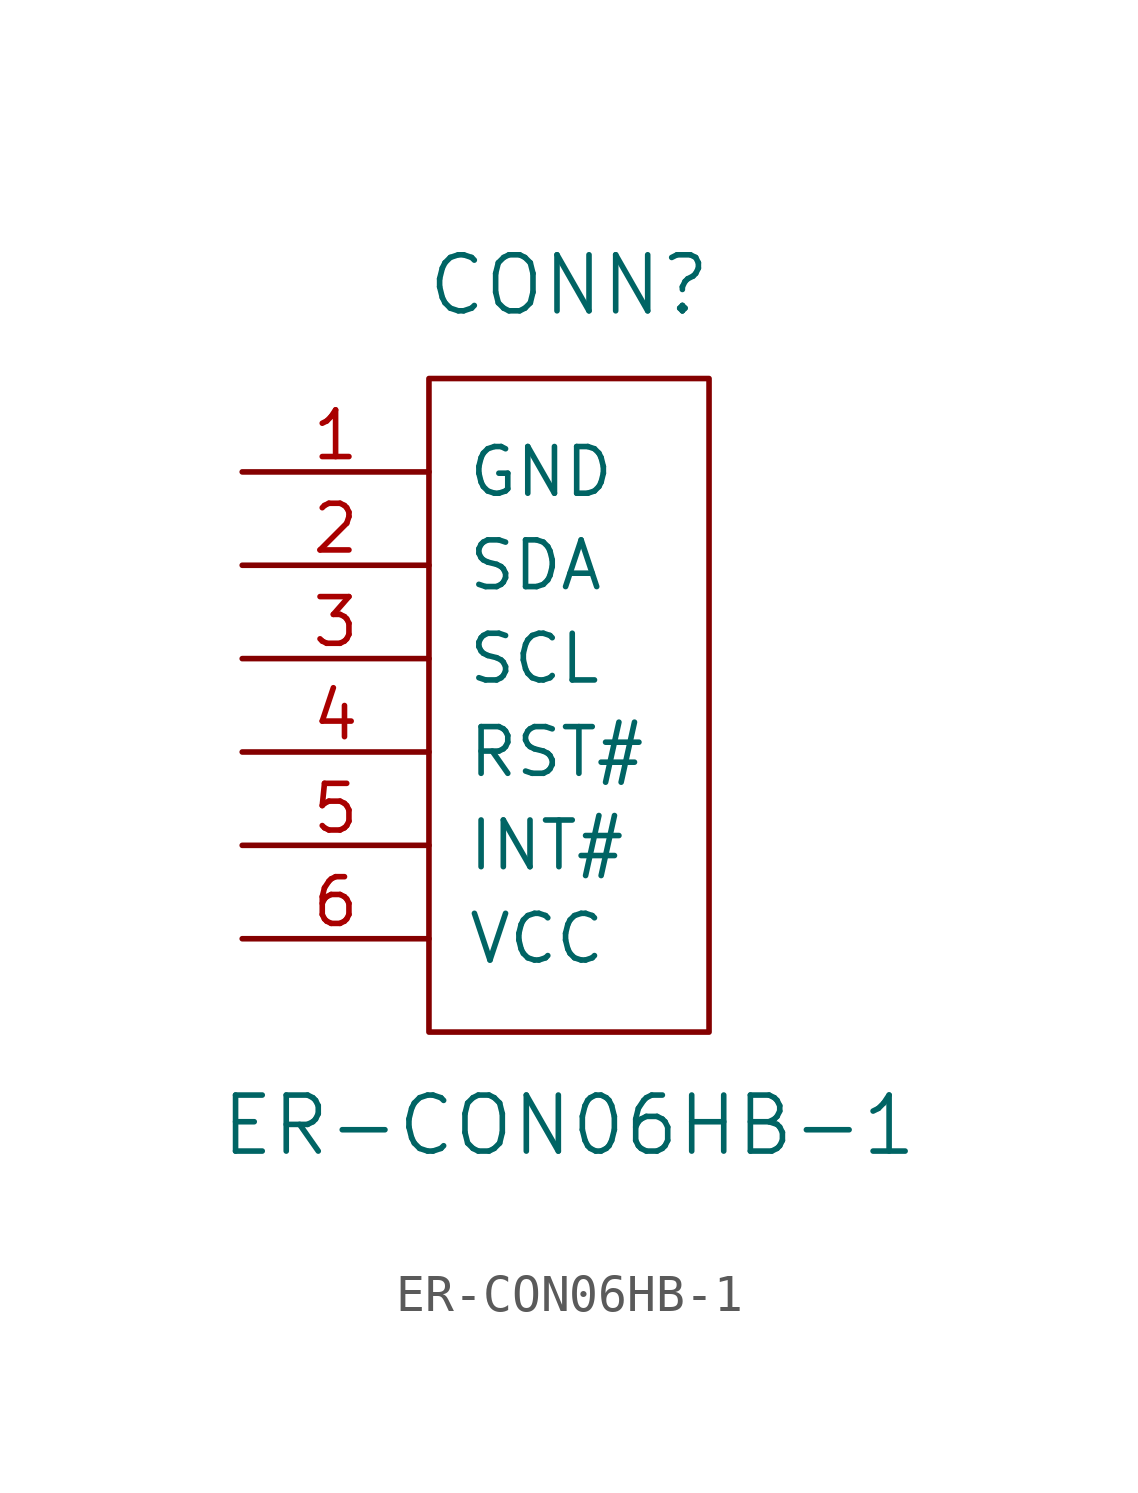
<source format=kicad_sym>
(kicad_symbol_lib
  (version 20220914)
  (generator kicad_symbol_editor)
  (symbol "ER-CON06HB-1"
    (pin_names
      (offset 1.016))
    (property "Reference" "CONN"
      (at 0 13.97 0)
      (effects (font (size 1.524 1.524))))
    (property "Value" "ER-CON06HB-1"
      (at 0 -8.89 0)
      (effects (font (size 1.524 1.524))))
    (symbol "ER-CON06HB-1_0_1"
      (rectangle (start -3.81 11.43) (end 3.81 -6.35) (stroke (width 0) (type solid)) (fill (type none))))
    (symbol "ER-CON06HB-1_1_1"
      (pin power_in line (at -8.89 8.89 0) (length 5.08) (name "GND" (effects (font (size 1.27 1.27)))) (number "1" (effects (font (size 1.27 1.27)))))
      (pin bidirectional line (at -8.89 6.35 0) (length 5.08) (name "SDA" (effects (font (size 1.27 1.27)))) (number "2" (effects (font (size 1.27 1.27)))))
      (pin bidirectional line (at -8.89 3.81 0) (length 5.08) (name "SCL" (effects (font (size 1.27 1.27)))) (number "3" (effects (font (size 1.27 1.27)))))
      (pin input line (at -8.89 1.27 0) (length 5.08) (name "RST#" (effects (font (size 1.27 1.27)))) (number "4" (effects (font (size 1.27 1.27)))))
      (pin output line (at -8.89 -1.27 0) (length 5.08) (name "INT#" (effects (font (size 1.27 1.27)))) (number "5" (effects (font (size 1.27 1.27)))))
      (pin power_in line (at -8.89 -3.81 0) (length 5.08) (name "VCC" (effects (font (size 1.27 1.27)))) (number "6" (effects (font (size 1.27 1.27))))))))
</source>
